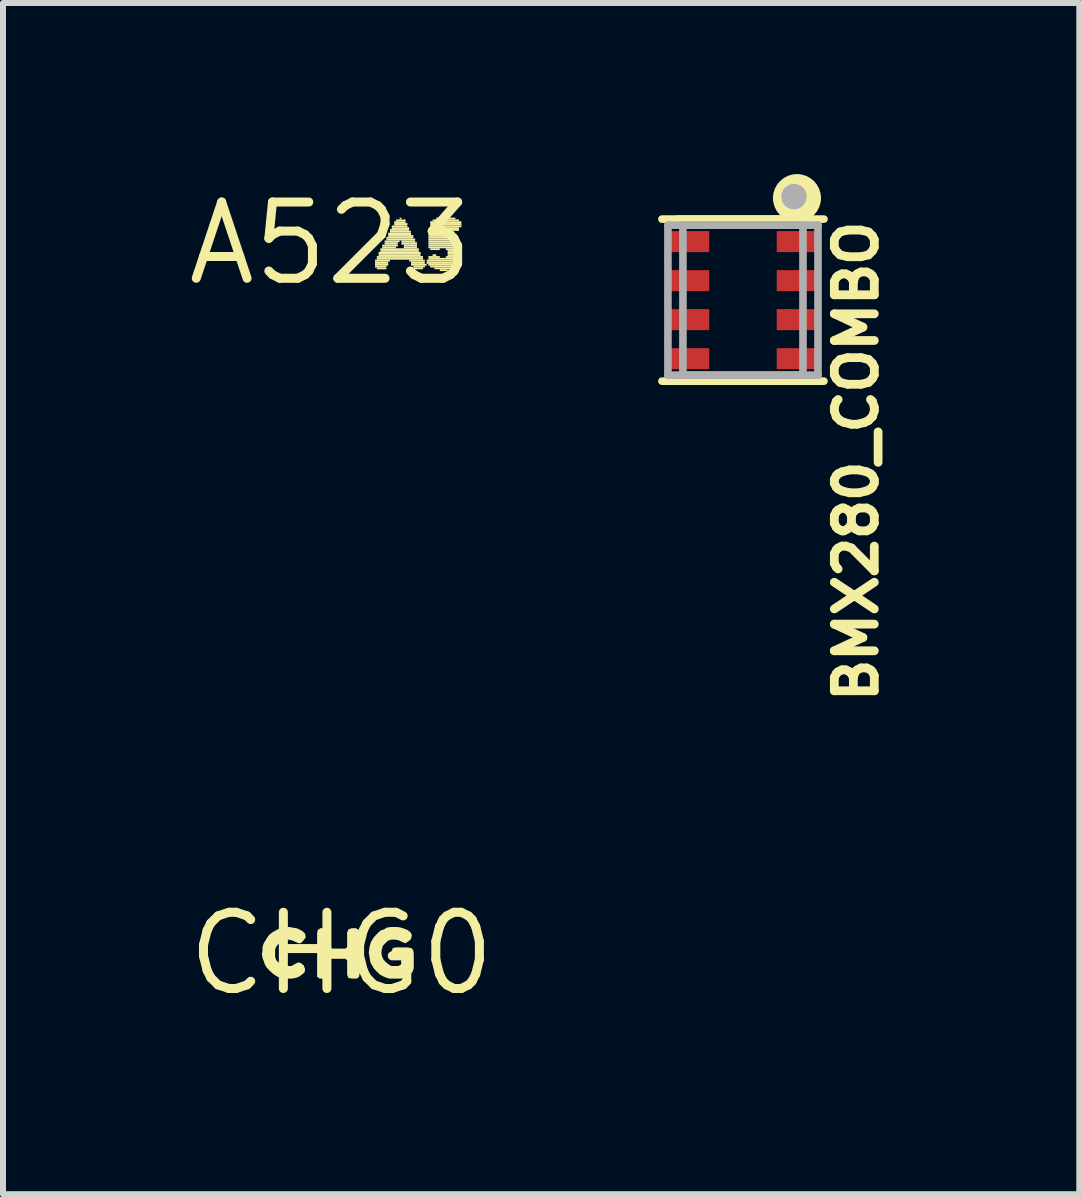
<source format=kicad_pcb>
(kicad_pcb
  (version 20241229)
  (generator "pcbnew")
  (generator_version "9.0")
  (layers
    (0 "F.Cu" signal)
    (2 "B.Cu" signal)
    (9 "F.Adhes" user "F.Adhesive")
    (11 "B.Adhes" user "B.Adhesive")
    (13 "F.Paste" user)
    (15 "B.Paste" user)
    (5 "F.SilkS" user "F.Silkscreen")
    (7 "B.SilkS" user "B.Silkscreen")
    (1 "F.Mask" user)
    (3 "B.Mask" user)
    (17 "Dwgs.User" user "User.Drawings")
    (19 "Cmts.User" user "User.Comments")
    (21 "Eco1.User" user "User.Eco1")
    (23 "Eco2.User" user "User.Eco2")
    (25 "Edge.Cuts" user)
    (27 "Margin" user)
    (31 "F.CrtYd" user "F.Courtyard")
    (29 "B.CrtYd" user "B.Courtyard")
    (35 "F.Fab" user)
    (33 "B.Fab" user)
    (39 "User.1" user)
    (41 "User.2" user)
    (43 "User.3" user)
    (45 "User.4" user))
  (footprint "BMX280_COMBO"
    (layer "F.Cu")
    (at 9.327 1.95)
    (property "Reference" "BMX280_COMBO" (at 1.498 -1.39 90) (layer "F.SilkS") (effects (font (size 0.666 0.666) (thickness 0.146)) (justify right top)))
    (fp_line (start -1.35 -1.35) (end 1.35 -1.35) (stroke (width 0.127) (type solid)) (layer "F.SilkS"))
    (fp_line (start -1.35 1.35) (end 1.35 1.35) (stroke (width 0.127) (type solid)) (layer "F.SilkS"))
    (fp_line (start -1.1 -1.35) (end 1.1 -1.35) (stroke (width 0.127) (type solid)) (layer "F.SilkS"))
    (fp_line (start 1.1 1.35) (end -1.1 1.35) (stroke (width 0.127) (type solid)) (layer "F.SilkS"))
    (fp_circle (center 0.9 -1.7) (end 1 -1.7) (stroke (width 0.3) (type solid)) (fill no) (layer "F.SilkS"))
    (fp_line (start -1.25 -1.25) (end 1.25 -1.25) (stroke (width 0.127) (type solid)) (layer "F.Fab"))
    (fp_line (start -1.25 1.25) (end -1.25 -1.25) (stroke (width 0.127) (type solid)) (layer "F.Fab"))
    (fp_line (start -1 -1.25) (end 1 -1.25) (stroke (width 0.127) (type solid)) (layer "F.Fab"))
    (fp_line (start -1 1.25) (end -1 -1.25) (stroke (width 0.127) (type solid)) (layer "F.Fab"))
    (fp_line (start 1 -1.25) (end 1 1.25) (stroke (width 0.127) (type solid)) (layer "F.Fab"))
    (fp_line (start 1 1.25) (end -1 1.25) (stroke (width 0.127) (type solid)) (layer "F.Fab"))
    (fp_line (start 1.25 -1.25) (end 1.25 1.25) (stroke (width 0.127) (type solid)) (layer "F.Fab"))
    (fp_line (start 1.25 1.25) (end -1.25 1.25) (stroke (width 0.127) (type solid)) (layer "F.Fab"))
    (fp_circle (center 0.85 -1.725) (end 0.956 -1.725) (stroke (width 0.212) (type solid)) (fill no) (layer "F.Fab"))
    (pad "1" smd rect (at 0.925 -0.975) (size 0.725 0.35) (layers "F.Cu" "F.Mask" "F.Paste"))
    (pad "2" smd rect (at 0.925 -0.325) (size 0.725 0.35) (layers "F.Cu" "F.Mask" "F.Paste"))
    (pad "3" smd rect (at 0.925 0.325) (size 0.725 0.35) (layers "F.Cu" "F.Mask" "F.Paste"))
    (pad "4" smd rect (at 0.925 0.975) (size 0.725 0.35) (layers "F.Cu" "F.Mask" "F.Paste"))
    (pad "5" smd rect (at -0.925 0.975) (size 0.725 0.35) (layers "F.Cu" "F.Mask" "F.Paste"))
    (pad "6" smd rect (at -0.925 0.325) (size 0.725 0.35) (layers "F.Cu" "F.Mask" "F.Paste"))
    (pad "7" smd rect (at -0.925 -0.325) (size 0.725 0.35) (layers "F.Cu" "F.Mask" "F.Paste"))
    (pad "8" smd rect (at -0.925 -0.975) (size 0.725 0.35) (layers "F.Cu" "F.Mask" "F.Paste")))
  (footprint "A523"
    (layer "F.Cu")
    (at 2.457 1.006)
    (property "Reference" "A523" (at 0 0 0) (layer "F.SilkS") (effects (font (size 1.27 1.27) (thickness 0.15))))
    (fp_poly (pts (xy 0.74 0.3) (xy 0.99 0.3) (xy 0.99 0.27) (xy 0.74 0.27)) (stroke (width 0) (type default)) (fill yes) (layer "F.SilkS"))
    (fp_poly (pts (xy 0.74 0.34) (xy 0.96 0.34) (xy 0.96 0.3) (xy 0.74 0.3)) (stroke (width 0) (type default)) (fill yes) (layer "F.SilkS"))
    (fp_poly (pts (xy 0.74 0.37) (xy 0.96 0.37) (xy 0.96 0.34) (xy 0.74 0.34)) (stroke (width 0) (type default)) (fill yes) (layer "F.SilkS"))
    (fp_poly (pts (xy 0.74 0.4) (xy 0.93 0.4) (xy 0.93 0.37) (xy 0.74 0.37)) (stroke (width 0) (type default)) (fill yes) (layer "F.SilkS"))
    (fp_poly (pts (xy 0.77 0.24) (xy 1.54 0.24) (xy 1.54 0.21) (xy 0.77 0.21)) (stroke (width 0) (type default)) (fill yes) (layer "F.SilkS"))
    (fp_poly (pts (xy 0.77 0.27) (xy 1.54 0.27) (xy 1.54 0.24) (xy 0.77 0.24)) (stroke (width 0) (type default)) (fill yes) (layer "F.SilkS"))
    (fp_poly (pts (xy 0.77 0.43) (xy 0.93 0.43) (xy 0.93 0.4) (xy 0.77 0.4)) (stroke (width 0) (type default)) (fill yes) (layer "F.SilkS"))
    (fp_poly (pts (xy 0.8 0.18) (xy 1.5 0.18) (xy 1.5 0.14) (xy 0.8 0.14)) (stroke (width 0) (type default)) (fill yes) (layer "F.SilkS"))
    (fp_poly (pts (xy 0.8 0.21) (xy 1.5 0.21) (xy 1.5 0.18) (xy 0.8 0.18)) (stroke (width 0) (type default)) (fill yes) (layer "F.SilkS"))
    (fp_poly (pts (xy 0.83 0.11) (xy 1.47 0.11) (xy 1.47 0.08) (xy 0.83 0.08)) (stroke (width 0) (type default)) (fill yes) (layer "F.SilkS"))
    (fp_poly (pts (xy 0.83 0.14) (xy 1.47 0.14) (xy 1.47 0.11) (xy 0.83 0.11)) (stroke (width 0) (type default)) (fill yes) (layer "F.SilkS"))
    (fp_poly (pts (xy 0.86 0.05) (xy 1.12 0.05) (xy 1.12 0.02) (xy 0.86 0.02)) (stroke (width 0) (type default)) (fill yes) (layer "F.SilkS"))
    (fp_poly (pts (xy 0.86 0.08) (xy 1.09 0.08) (xy 1.09 0.05) (xy 0.86 0.05)) (stroke (width 0) (type default)) (fill yes) (layer "F.SilkS"))
    (fp_poly (pts (xy 0.9 -0.02) (xy 1.15 -0.02) (xy 1.15 -0.05) (xy 0.9 -0.05)) (stroke (width 0) (type default)) (fill yes) (layer "F.SilkS"))
    (fp_poly (pts (xy 0.9 0.02) (xy 1.12 0.02) (xy 1.12 -0.02) (xy 0.9 -0.02)) (stroke (width 0) (type default)) (fill yes) (layer "F.SilkS"))
    (fp_poly (pts (xy 0.93 -0.08) (xy 1.38 -0.08) (xy 1.38 -0.11) (xy 0.93 -0.11)) (stroke (width 0) (type default)) (fill yes) (layer "F.SilkS"))
    (fp_poly (pts (xy 0.93 -0.05) (xy 1.41 -0.05) (xy 1.41 -0.08) (xy 0.93 -0.08)) (stroke (width 0) (type default)) (fill yes) (layer "F.SilkS"))
    (fp_poly (pts (xy 0.96 -0.14) (xy 1.34 -0.14) (xy 1.34 -0.18) (xy 0.96 -0.18)) (stroke (width 0) (type default)) (fill yes) (layer "F.SilkS"))
    (fp_poly (pts (xy 0.96 -0.11) (xy 1.38 -0.11) (xy 1.38 -0.14) (xy 0.96 -0.14)) (stroke (width 0) (type default)) (fill yes) (layer "F.SilkS"))
    (fp_poly (pts (xy 0.99 -0.21) (xy 1.31 -0.21) (xy 1.31 -0.24) (xy 0.99 -0.24)) (stroke (width 0) (type default)) (fill yes) (layer "F.SilkS"))
    (fp_poly (pts (xy 0.99 -0.18) (xy 1.34 -0.18) (xy 1.34 -0.21) (xy 0.99 -0.21)) (stroke (width 0) (type default)) (fill yes) (layer "F.SilkS"))
    (fp_poly (pts (xy 1.02 -0.27) (xy 1.28 -0.27) (xy 1.28 -0.3) (xy 1.02 -0.3)) (stroke (width 0) (type default)) (fill yes) (layer "F.SilkS"))
    (fp_poly (pts (xy 1.02 -0.24) (xy 1.31 -0.24) (xy 1.31 -0.27) (xy 1.02 -0.27)) (stroke (width 0) (type default)) (fill yes) (layer "F.SilkS"))
    (fp_poly (pts (xy 1.06 -0.34) (xy 1.25 -0.34) (xy 1.25 -0.37) (xy 1.06 -0.37)) (stroke (width 0) (type default)) (fill yes) (layer "F.SilkS"))
    (fp_poly (pts (xy 1.06 -0.3) (xy 1.28 -0.3) (xy 1.28 -0.34) (xy 1.06 -0.34)) (stroke (width 0) (type default)) (fill yes) (layer "F.SilkS"))
    (fp_poly (pts (xy 1.09 -0.37) (xy 1.25 -0.37) (xy 1.25 -0.4) (xy 1.09 -0.4)) (stroke (width 0) (type default)) (fill yes) (layer "F.SilkS"))
    (fp_poly (pts (xy 1.15 -0.4) (xy 1.18 -0.4) (xy 1.18 -0.43) (xy 1.15 -0.43)) (stroke (width 0) (type default)) (fill yes) (layer "F.SilkS"))
    (fp_poly (pts (xy 1.18 -0.02) (xy 1.41 -0.02) (xy 1.41 -0.05) (xy 1.18 -0.05)) (stroke (width 0) (type default)) (fill yes) (layer "F.SilkS"))
    (fp_poly (pts (xy 1.18 0.02) (xy 1.44 0.02) (xy 1.44 -0.02) (xy 1.18 -0.02)) (stroke (width 0) (type default)) (fill yes) (layer "F.SilkS"))
    (fp_poly (pts (xy 1.22 0.05) (xy 1.44 0.05) (xy 1.44 0.02) (xy 1.22 0.02)) (stroke (width 0) (type default)) (fill yes) (layer "F.SilkS"))
    (fp_poly (pts (xy 1.22 0.08) (xy 1.44 0.08) (xy 1.44 0.05) (xy 1.22 0.05)) (stroke (width 0) (type default)) (fill yes) (layer "F.SilkS"))
    (fp_poly (pts (xy 1.31 0.3) (xy 1.57 0.3) (xy 1.57 0.27) (xy 1.31 0.27)) (stroke (width 0) (type default)) (fill yes) (layer "F.SilkS"))
    (fp_poly (pts (xy 1.34 0.34) (xy 1.57 0.34) (xy 1.57 0.3) (xy 1.34 0.3)) (stroke (width 0) (type default)) (fill yes) (layer "F.SilkS"))
    (fp_poly (pts (xy 1.34 0.37) (xy 1.6 0.37) (xy 1.6 0.34) (xy 1.34 0.34)) (stroke (width 0) (type default)) (fill yes) (layer "F.SilkS"))
    (fp_poly (pts (xy 1.38 0.4) (xy 1.57 0.4) (xy 1.57 0.37) (xy 1.38 0.37)) (stroke (width 0) (type default)) (fill yes) (layer "F.SilkS"))
    (fp_poly (pts (xy 1.38 0.43) (xy 1.54 0.43) (xy 1.54 0.4) (xy 1.38 0.4)) (stroke (width 0) (type default)) (fill yes) (layer "F.SilkS"))
    (fp_poly (pts (xy 1.6 0.3) (xy 2.14 0.3) (xy 2.14 0.27) (xy 1.6 0.27)) (stroke (width 0) (type default)) (fill yes) (layer "F.SilkS"))
    (fp_poly (pts (xy 1.6 0.34) (xy 2.14 0.34) (xy 2.14 0.3) (xy 1.6 0.3)) (stroke (width 0) (type default)) (fill yes) (layer "F.SilkS"))
    (fp_poly (pts (xy 1.63 -0.14) (xy 1.86 -0.14) (xy 1.86 -0.18) (xy 1.63 -0.18)) (stroke (width 0) (type default)) (fill yes) (layer "F.SilkS"))
    (fp_poly (pts (xy 1.63 -0.11) (xy 1.92 -0.11) (xy 1.92 -0.14) (xy 1.63 -0.14)) (stroke (width 0) (type default)) (fill yes) (layer "F.SilkS"))
    (fp_poly (pts (xy 1.63 -0.08) (xy 2.02 -0.08) (xy 2.02 -0.11) (xy 1.63 -0.11)) (stroke (width 0) (type default)) (fill yes) (layer "F.SilkS"))
    (fp_poly (pts (xy 1.63 -0.05) (xy 2.08 -0.05) (xy 2.08 -0.08) (xy 1.63 -0.08)) (stroke (width 0) (type default)) (fill yes) (layer "F.SilkS"))
    (fp_poly (pts (xy 1.63 -0.02) (xy 2.11 -0.02) (xy 2.11 -0.05) (xy 1.63 -0.05)) (stroke (width 0) (type default)) (fill yes) (layer "F.SilkS"))
    (fp_poly (pts (xy 1.63 0.02) (xy 2.14 0.02) (xy 2.14 -0.02) (xy 1.63 -0.02)) (stroke (width 0) (type default)) (fill yes) (layer "F.SilkS"))
    (fp_poly (pts (xy 1.63 0.05) (xy 2.14 0.05) (xy 2.14 0.02) (xy 1.63 0.02)) (stroke (width 0) (type default)) (fill yes) (layer "F.SilkS"))
    (fp_poly (pts (xy 1.63 0.08) (xy 2.18 0.08) (xy 2.18 0.05) (xy 1.63 0.05)) (stroke (width 0) (type default)) (fill yes) (layer "F.SilkS"))
    (fp_poly (pts (xy 1.63 0.24) (xy 1.82 0.24) (xy 1.82 0.21) (xy 1.63 0.21)) (stroke (width 0) (type default)) (fill yes) (layer "F.SilkS"))
    (fp_poly (pts (xy 1.63 0.27) (xy 2.18 0.27) (xy 2.18 0.24) (xy 1.63 0.24)) (stroke (width 0) (type default)) (fill yes) (layer "F.SilkS"))
    (fp_poly (pts (xy 1.63 0.37) (xy 2.11 0.37) (xy 2.11 0.34) (xy 1.63 0.34)) (stroke (width 0) (type default)) (fill yes) (layer "F.SilkS"))
    (fp_poly (pts (xy 1.66 -0.34) (xy 2.18 -0.34) (xy 2.18 -0.37) (xy 1.66 -0.37)) (stroke (width 0) (type default)) (fill yes) (layer "F.SilkS"))
    (fp_poly (pts (xy 1.66 -0.3) (xy 2.18 -0.3) (xy 2.18 -0.34) (xy 1.66 -0.34)) (stroke (width 0) (type default)) (fill yes) (layer "F.SilkS"))
    (fp_poly (pts (xy 1.66 -0.27) (xy 2.18 -0.27) (xy 2.18 -0.3) (xy 1.66 -0.3)) (stroke (width 0) (type default)) (fill yes) (layer "F.SilkS"))
    (fp_poly (pts (xy 1.66 -0.24) (xy 2.14 -0.24) (xy 2.14 -0.27) (xy 1.66 -0.27)) (stroke (width 0) (type default)) (fill yes) (layer "F.SilkS"))
    (fp_poly (pts (xy 1.66 -0.21) (xy 2.14 -0.21) (xy 2.14 -0.24) (xy 1.66 -0.24)) (stroke (width 0) (type default)) (fill yes) (layer "F.SilkS"))
    (fp_poly (pts (xy 1.66 -0.18) (xy 1.86 -0.18) (xy 1.86 -0.21) (xy 1.66 -0.21)) (stroke (width 0) (type default)) (fill yes) (layer "F.SilkS"))
    (fp_poly (pts (xy 1.66 0.11) (xy 1.82 0.11) (xy 1.82 0.08) (xy 1.66 0.08)) (stroke (width 0) (type default)) (fill yes) (layer "F.SilkS"))
    (fp_poly (pts (xy 1.66 0.4) (xy 2.08 0.4) (xy 2.08 0.37) (xy 1.66 0.37)) (stroke (width 0) (type default)) (fill yes) (layer "F.SilkS"))
    (fp_poly (pts (xy 1.7 -0.37) (xy 2.14 -0.37) (xy 2.14 -0.4) (xy 1.7 -0.4)) (stroke (width 0) (type default)) (fill yes) (layer "F.SilkS"))
    (fp_poly (pts (xy 1.7 0.21) (xy 1.76 0.21) (xy 1.76 0.18) (xy 1.7 0.18)) (stroke (width 0) (type default)) (fill yes) (layer "F.SilkS"))
    (fp_poly (pts (xy 1.73 0.43) (xy 2.02 0.43) (xy 2.02 0.4) (xy 1.73 0.4)) (stroke (width 0) (type default)) (fill yes) (layer "F.SilkS"))
    (fp_poly (pts (xy 1.76 -0.4) (xy 2.08 -0.4) (xy 2.08 -0.43) (xy 1.76 -0.43)) (stroke (width 0) (type default)) (fill yes) (layer "F.SilkS"))
    (fp_poly (pts (xy 1.82 0.46) (xy 1.95 0.46) (xy 1.95 0.43) (xy 1.82 0.43)) (stroke (width 0) (type default)) (fill yes) (layer "F.SilkS"))
    (fp_poly (pts (xy 1.92 0.11) (xy 2.18 0.11) (xy 2.18 0.08) (xy 1.92 0.08)) (stroke (width 0) (type default)) (fill yes) (layer "F.SilkS"))
    (fp_poly (pts (xy 1.92 0.24) (xy 2.18 0.24) (xy 2.18 0.21) (xy 1.92 0.21)) (stroke (width 0) (type default)) (fill yes) (layer "F.SilkS"))
    (fp_poly (pts (xy 1.95 0.14) (xy 2.18 0.14) (xy 2.18 0.11) (xy 1.95 0.11)) (stroke (width 0) (type default)) (fill yes) (layer "F.SilkS"))
    (fp_poly (pts (xy 1.95 0.18) (xy 2.18 0.18) (xy 2.18 0.14) (xy 1.95 0.14)) (stroke (width 0) (type default)) (fill yes) (layer "F.SilkS"))
    (fp_poly (pts (xy 1.95 0.21) (xy 2.18 0.21) (xy 2.18 0.18) (xy 1.95 0.18)) (stroke (width 0) (type default)) (fill yes) (layer "F.SilkS")))
  (footprint "CHG0"
    (layer "F.Cu")
    (at 2.638 12.838)
    (property "Reference" "CHG0" (at 0 0 0) (layer "F.SilkS") (effects (font (size 1.27 1.27) (thickness 0.15))))
    (fp_poly (pts (xy -0.216 -0.404) (xy -0.195 -0.351) (xy -0.195 -0.112) (xy -0.168 -0.085) (xy 0.068 -0.085) (xy 0.095 -0.112) (xy 0.095 -0.351) (xy 0.116 -0.404) (xy 0.169 -0.425) (xy 0.241 -0.425) (xy 0.294 -0.393) (xy 0.305 -0.34) (xy 0.305 0.32) (xy 0.295 0.382) (xy 0.262 0.415) (xy 0.18 0.415) (xy 0.116 0.404) (xy 0.095 0.351) (xy 0.095 0.112) (xy 0.068 0.085) (xy -0.168 0.085) (xy -0.195 0.112) (xy -0.195 0.351) (xy -0.216 0.404) (xy -0.28 0.415) (xy -0.362 0.415) (xy -0.405 0.383) (xy -0.405 -0.34) (xy -0.395 -0.393) (xy -0.352 -0.425) (xy -0.279 -0.425)) (stroke (width 0) (type default)) (fill yes) (layer "F.SilkS"))
    (fp_poly (pts (xy -0.819 -0.435) (xy -0.749 -0.425) (xy -0.698 -0.404) (xy -0.647 -0.374) (xy -0.605 -0.332) (xy -0.595 -0.269) (xy -0.636 -0.217) (xy -0.678 -0.175) (xy -0.721 -0.175) (xy -0.782 -0.205) (xy -0.831 -0.225) (xy -0.89 -0.235) (xy -0.949 -0.225) (xy -0.997 -0.206) (xy -1.046 -0.166) (xy -1.086 -0.117) (xy -1.105 -0.069) (xy -1.105 0.049) (xy -1.086 0.107) (xy -1.047 0.146) (xy -0.998 0.176) (xy -0.939 0.205) (xy -0.831 0.205) (xy -0.782 0.176) (xy -0.721 0.145) (xy -0.678 0.155) (xy -0.626 0.197) (xy -0.605 0.26) (xy -0.615 0.313) (xy -0.667 0.354) (xy -0.708 0.384) (xy -0.769 0.405) (xy -0.83 0.415) (xy -0.95 0.415) (xy -1.001 0.405) (xy -1.062 0.385) (xy -1.113 0.354) (xy -1.163 0.314) (xy -1.204 0.274) (xy -1.244 0.233) (xy -1.275 0.182) (xy -1.295 0.122) (xy -1.315 0.071) (xy -1.325 0.01) (xy -1.315 -0.05) (xy -1.315 -0.111) (xy -1.295 -0.172) (xy -1.264 -0.223) (xy -1.234 -0.273) (xy -1.204 -0.314) (xy -1.153 -0.354) (xy -1.102 -0.384) (xy -1.042 -0.415) (xy -0.991 -0.435) (xy -0.93 -0.445) (xy -0.87 -0.445)) (stroke (width 0) (type default)) (fill yes) (layer "F.SilkS"))
    (fp_poly (pts (xy 0.991 -0.435) (xy 1.052 -0.415) (xy 1.103 -0.394) (xy 1.154 -0.353) (xy 1.175 -0.3) (xy 1.154 -0.237) (xy 1.103 -0.196) (xy 1.06 -0.174) (xy 0.949 -0.225) (xy 0.89 -0.235) (xy 0.831 -0.235) (xy 0.773 -0.216) (xy 0.694 -0.137) (xy 0.675 -0.079) (xy 0.665 -0.02) (xy 0.675 0.039) (xy 0.694 0.087) (xy 0.734 0.136) (xy 0.783 0.176) (xy 0.831 0.205) (xy 0.949 0.205) (xy 0.995 0.177) (xy 0.995 0.075) (xy 0.868 0.065) (xy 0.835 0.032) (xy 0.835 -0.041) (xy 0.856 -0.094) (xy 0.91 -0.105) (xy 1.09 -0.105) (xy 1.162 -0.095) (xy 1.195 -0.062) (xy 1.205 -0.000414) (xy 1.205 0.241) (xy 1.184 0.303) (xy 1.143 0.344) (xy 1.102 0.374) (xy 1.052 0.395) (xy 0.991 0.415) (xy 0.799 0.415) (xy 0.738 0.395) (xy 0.688 0.374) (xy 0.637 0.344) (xy 0.596 0.304) (xy 0.546 0.253) (xy 0.516 0.203) (xy 0.485 0.152) (xy 0.475 0.101) (xy 0.465 0.041) (xy 0.455 -0.02) (xy 0.465 -0.091) (xy 0.475 -0.141) (xy 0.495 -0.202) (xy 0.526 -0.253) (xy 0.556 -0.293) (xy 0.606 -0.344) (xy 0.647 -0.384) (xy 0.708 -0.405) (xy 0.758 -0.435) (xy 0.82 -0.445) (xy 0.93 -0.445)) (stroke (width 0) (type default)) (fill yes) (layer "F.SilkS")))
  (gr_rect
    (start -3 -3)
    (end 14.93 16.844)
    (stroke (width 0.1) (type default))
    (fill no)
    (layer "Edge.Cuts")))
</source>
